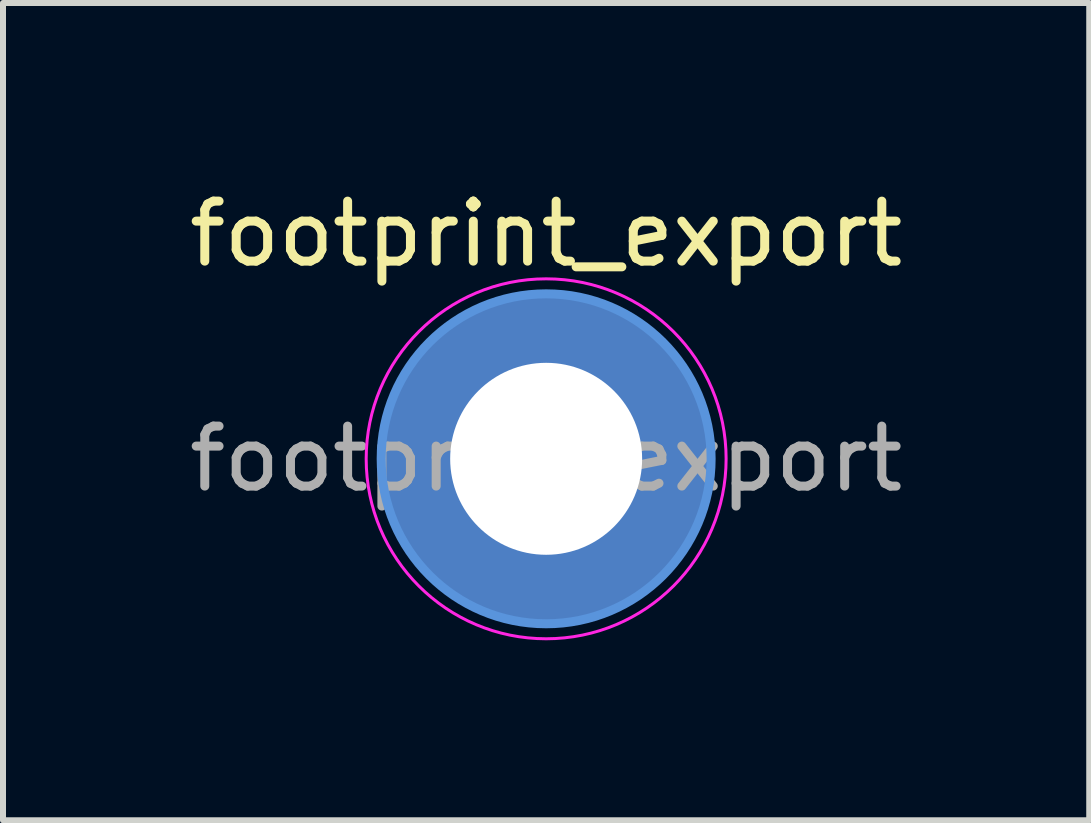
<source format=kicad_pcb>
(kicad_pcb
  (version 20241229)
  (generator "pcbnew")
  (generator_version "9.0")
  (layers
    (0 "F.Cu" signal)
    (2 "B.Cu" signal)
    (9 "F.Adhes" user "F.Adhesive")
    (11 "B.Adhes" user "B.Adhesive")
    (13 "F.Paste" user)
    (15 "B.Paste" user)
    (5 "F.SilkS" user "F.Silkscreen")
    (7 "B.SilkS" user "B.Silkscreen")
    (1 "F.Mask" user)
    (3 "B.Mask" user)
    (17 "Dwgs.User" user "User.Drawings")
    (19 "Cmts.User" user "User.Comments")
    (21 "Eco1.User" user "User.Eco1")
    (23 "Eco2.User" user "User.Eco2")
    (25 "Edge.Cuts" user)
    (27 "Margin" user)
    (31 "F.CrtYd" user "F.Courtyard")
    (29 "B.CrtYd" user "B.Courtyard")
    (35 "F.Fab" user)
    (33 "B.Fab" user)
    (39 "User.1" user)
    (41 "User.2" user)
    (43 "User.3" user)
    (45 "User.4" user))
  (footprint "footprint_export"
    (layer "F.Cu")
    (at 6.054 4.598)
    (property "Reference" "footprint_export" (at 0 -3.75 0) (layer "F.SilkS") (effects (font (size 1 1) (thickness 0.15))))
    (attr exclude_from_pos_files exclude_from_bom)
    (fp_circle (center 0 0) (end 2.75 0) (stroke (width 0.15) (type solid)) (fill no) (layer "Cmts.User"))
    (fp_circle (center 0 0) (end 3 0) (stroke (width 0.05) (type solid)) (fill no) (layer "F.CrtYd"))
    (fp_text user "${REFERENCE}" (at 0 0 0) (layer "F.Fab") (effects (font (size 1 1) (thickness 0.15))))
    (pad "1" thru_hole circle (at 0 0) (size 5.5 5.5) (drill 3.2) (layers "*.Cu" "*.Mask")))
  (gr_rect
    (start -3 -3)
    (end 15.107 10.623)
    (stroke (width 0.1) (type default))
    (fill no)
    (layer "Edge.Cuts")))
</source>
